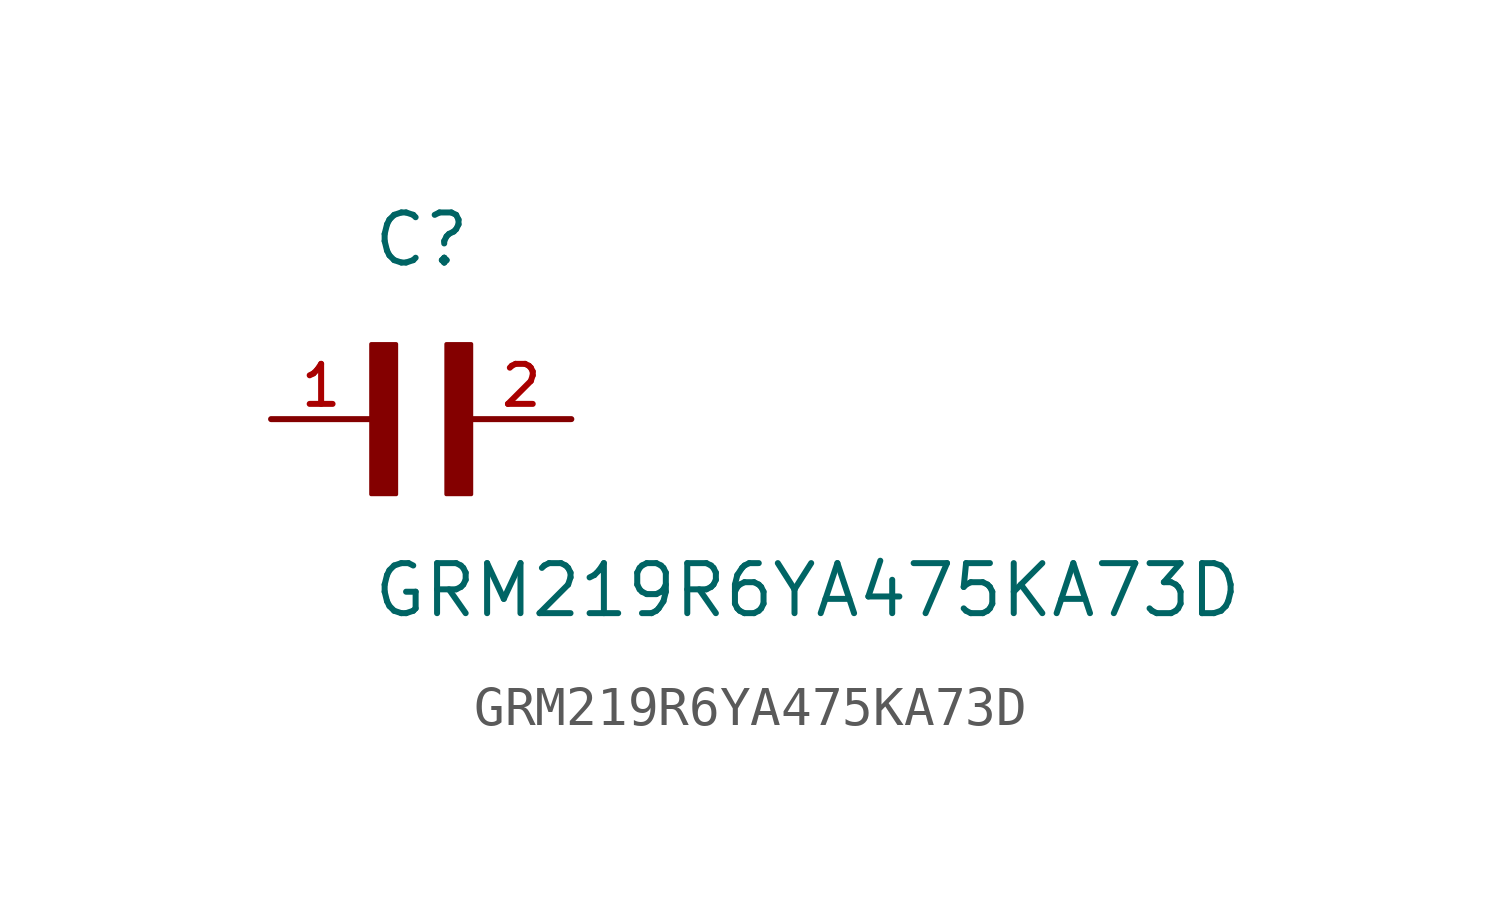
<source format=kicad_sym>
(kicad_symbol_lib
  (version 20211014)
  (generator kicad_symbol_editor)
  (symbol "GRM219R6YA475KA73D"
    (pin_names
      (offset 1.016))
    (property "Reference" "C"
      (at 0.0 3.811 0)
      (effects (font (size 1.27 1.27)) (justify bottom left)))
    (property "Value" "GRM219R6YA475KA73D"
      (at 0.0 -5.088 0)
      (effects (font (size 1.27 1.27)) (justify bottom left)))
    (symbol "GRM219R6YA475KA73D_0_0"
      (rectangle (start 0.0 -1.907) (end 0.635 1.905) (stroke (width 0.1)) (fill (type outline)))
      (rectangle (start 1.907 -1.907) (end 2.54 1.905) (stroke (width 0.1)) (fill (type outline)))
      (pin passive line (at 5.08 0.0 180.0) (length 2.54) (name "~" (effects (font (size 1.016 1.016)))) (number "2" (effects (font (size 1.016 1.016)))))
      (pin passive line (at -2.54 0.0 0) (length 2.54) (name "~" (effects (font (size 1.016 1.016)))) (number "1" (effects (font (size 1.016 1.016))))))))
</source>
